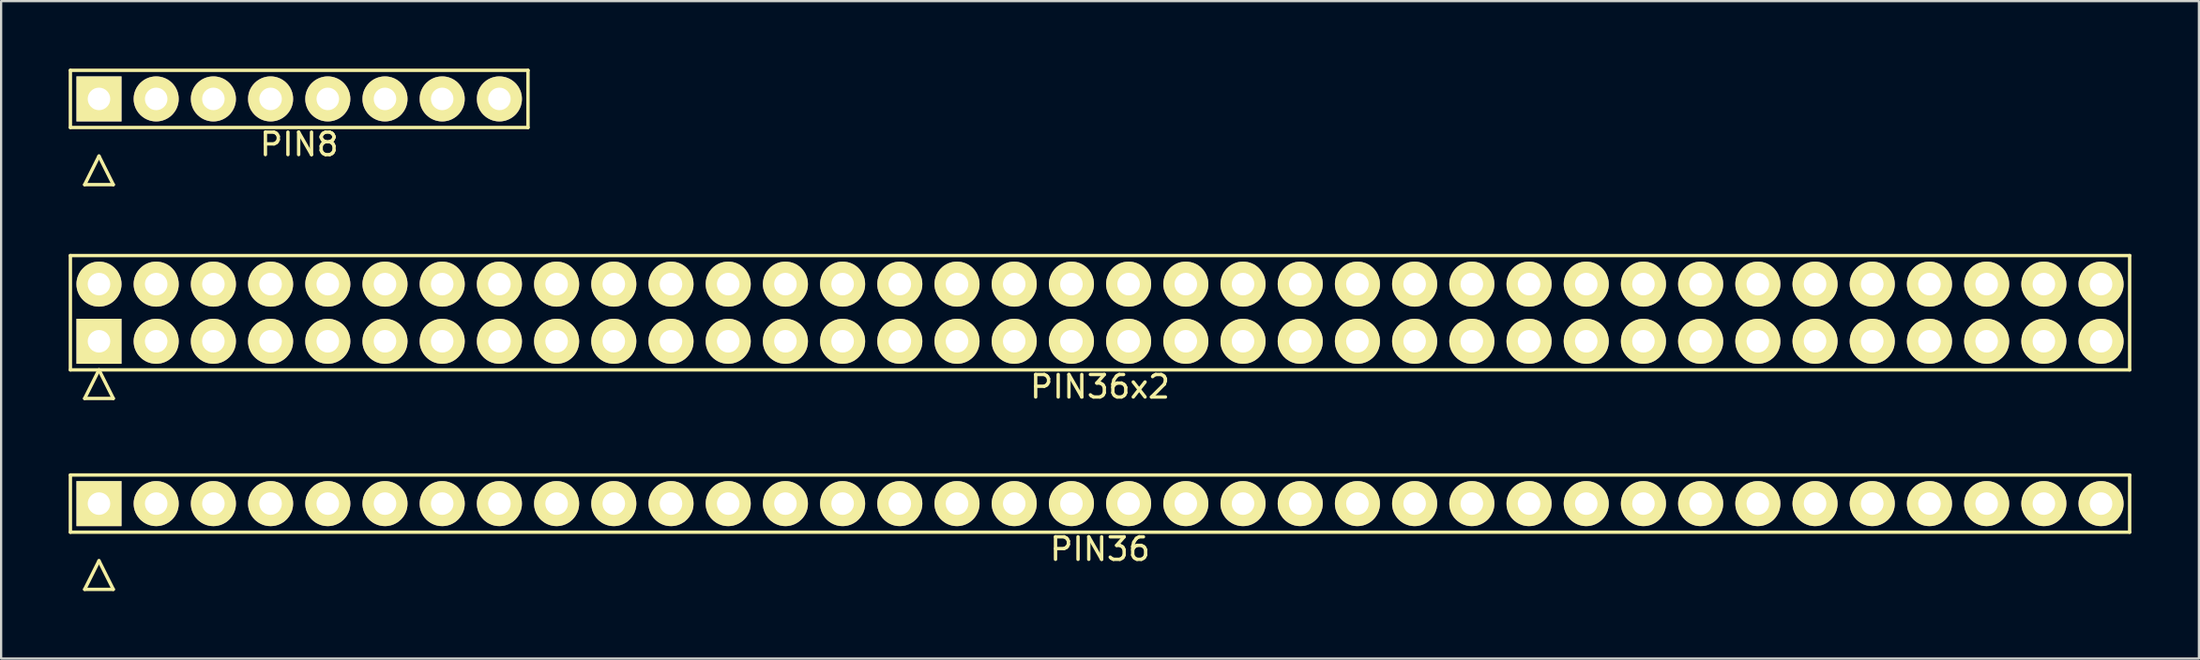
<source format=kicad_pcb>
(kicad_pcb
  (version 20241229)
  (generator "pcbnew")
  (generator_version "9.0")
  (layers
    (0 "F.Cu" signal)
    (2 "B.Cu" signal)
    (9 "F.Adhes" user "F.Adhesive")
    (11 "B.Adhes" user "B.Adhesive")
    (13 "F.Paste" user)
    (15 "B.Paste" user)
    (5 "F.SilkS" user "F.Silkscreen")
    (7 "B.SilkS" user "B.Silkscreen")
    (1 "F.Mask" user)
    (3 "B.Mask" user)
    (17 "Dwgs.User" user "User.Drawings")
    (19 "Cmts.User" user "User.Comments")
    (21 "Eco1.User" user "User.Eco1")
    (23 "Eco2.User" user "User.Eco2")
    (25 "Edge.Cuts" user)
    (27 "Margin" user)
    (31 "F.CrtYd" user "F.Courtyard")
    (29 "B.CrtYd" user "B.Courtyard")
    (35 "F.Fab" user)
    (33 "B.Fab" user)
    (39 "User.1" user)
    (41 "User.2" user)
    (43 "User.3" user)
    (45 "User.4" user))
  (footprint "PIN36x2"
    (layer "F.Cu")
    (at 45.795 10.845)
    (property "Reference" "PIN36x2" (at 0 3.29 0) (layer "F.SilkS") (effects (font (size 1 1) (thickness 0.15))))
    (attr through_hole)
    (fp_line (start -45.72 -2.54) (end -45.72 2.54) (stroke (width 0.15) (type solid)) (layer "F.SilkS"))
    (fp_line (start -45.72 2.54) (end 45.72 2.54) (stroke (width 0.15) (type solid)) (layer "F.SilkS"))
    (fp_line (start -45.085 3.81) (end -44.45 2.54) (stroke (width 0.15) (type solid)) (layer "F.SilkS"))
    (fp_line (start -45.085 3.81) (end -43.815 3.81) (stroke (width 0.15) (type solid)) (layer "F.SilkS"))
    (fp_line (start -43.815 3.81) (end -44.45 2.54) (stroke (width 0.15) (type solid)) (layer "F.SilkS"))
    (fp_line (start 45.72 -2.54) (end -45.72 -2.54) (stroke (width 0.15) (type solid)) (layer "F.SilkS"))
    (fp_line (start 45.72 2.54) (end 45.72 -2.54) (stroke (width 0.15) (type solid)) (layer "F.SilkS"))
    (pad "1" thru_hole rect (at -44.45 1.27) (size 2 2) (drill 1) (layers "*.Cu" "*.Mask" "F.SilkS"))
    (pad "2" thru_hole circle (at -44.45 -1.27) (size 2 2) (drill 1) (layers "*.Cu" "*.Mask" "F.SilkS"))
    (pad "3" thru_hole circle (at -41.91 1.27) (size 2 2) (drill 1) (layers "*.Cu" "*.Mask" "F.SilkS"))
    (pad "4" thru_hole circle (at -41.91 -1.27) (size 2 2) (drill 1) (layers "*.Cu" "*.Mask" "F.SilkS"))
    (pad "5" thru_hole circle (at -39.37 1.27) (size 2 2) (drill 1) (layers "*.Cu" "*.Mask" "F.SilkS"))
    (pad "6" thru_hole circle (at -39.37 -1.27) (size 2 2) (drill 1) (layers "*.Cu" "*.Mask" "F.SilkS"))
    (pad "7" thru_hole circle (at -36.83 1.27) (size 2 2) (drill 1) (layers "*.Cu" "*.Mask" "F.SilkS"))
    (pad "8" thru_hole circle (at -36.83 -1.27) (size 2 2) (drill 1) (layers "*.Cu" "*.Mask" "F.SilkS"))
    (pad "9" thru_hole circle (at -34.29 1.27) (size 2 2) (drill 1) (layers "*.Cu" "*.Mask" "F.SilkS"))
    (pad "10" thru_hole circle (at -34.29 -1.27) (size 2 2) (drill 1) (layers "*.Cu" "*.Mask" "F.SilkS"))
    (pad "11" thru_hole circle (at -31.75 1.27) (size 2 2) (drill 1) (layers "*.Cu" "*.Mask" "F.SilkS"))
    (pad "12" thru_hole circle (at -31.75 -1.27) (size 2 2) (drill 1) (layers "*.Cu" "*.Mask" "F.SilkS"))
    (pad "13" thru_hole circle (at -29.21 1.27) (size 2 2) (drill 1) (layers "*.Cu" "*.Mask" "F.SilkS"))
    (pad "14" thru_hole circle (at -29.21 -1.27) (size 2 2) (drill 1) (layers "*.Cu" "*.Mask" "F.SilkS"))
    (pad "15" thru_hole circle (at -26.67 1.27) (size 2 2) (drill 1) (layers "*.Cu" "*.Mask" "F.SilkS"))
    (pad "16" thru_hole circle (at -26.67 -1.27) (size 2 2) (drill 1) (layers "*.Cu" "*.Mask" "F.SilkS"))
    (pad "17" thru_hole circle (at -24.13 1.27) (size 2 2) (drill 1) (layers "*.Cu" "*.Mask" "F.SilkS"))
    (pad "18" thru_hole circle (at -24.13 -1.27) (size 2 2) (drill 1) (layers "*.Cu" "*.Mask" "F.SilkS"))
    (pad "19" thru_hole circle (at -21.59 1.27) (size 2 2) (drill 1) (layers "*.Cu" "*.Mask" "F.SilkS"))
    (pad "20" thru_hole circle (at -21.59 -1.27) (size 2 2) (drill 1) (layers "*.Cu" "*.Mask" "F.SilkS"))
    (pad "21" thru_hole circle (at -19.05 1.27) (size 2 2) (drill 1) (layers "*.Cu" "*.Mask" "F.SilkS"))
    (pad "22" thru_hole circle (at -19.05 -1.27) (size 2 2) (drill 1) (layers "*.Cu" "*.Mask" "F.SilkS"))
    (pad "23" thru_hole circle (at -16.51 1.27) (size 2 2) (drill 1) (layers "*.Cu" "*.Mask" "F.SilkS"))
    (pad "24" thru_hole circle (at -16.51 -1.27) (size 2 2) (drill 1) (layers "*.Cu" "*.Mask" "F.SilkS"))
    (pad "25" thru_hole circle (at -13.97 1.27) (size 2 2) (drill 1) (layers "*.Cu" "*.Mask" "F.SilkS"))
    (pad "26" thru_hole circle (at -13.97 -1.27) (size 2 2) (drill 1) (layers "*.Cu" "*.Mask" "F.SilkS"))
    (pad "27" thru_hole circle (at -11.43 1.27) (size 2 2) (drill 1) (layers "*.Cu" "*.Mask" "F.SilkS"))
    (pad "28" thru_hole circle (at -11.43 -1.27) (size 2 2) (drill 1) (layers "*.Cu" "*.Mask" "F.SilkS"))
    (pad "29" thru_hole circle (at -8.89 1.27) (size 2 2) (drill 1) (layers "*.Cu" "*.Mask" "F.SilkS"))
    (pad "30" thru_hole circle (at -8.89 -1.27) (size 2 2) (drill 1) (layers "*.Cu" "*.Mask" "F.SilkS"))
    (pad "31" thru_hole circle (at -6.35 1.27) (size 2 2) (drill 1) (layers "*.Cu" "*.Mask" "F.SilkS"))
    (pad "32" thru_hole circle (at -6.35 -1.27) (size 2 2) (drill 1) (layers "*.Cu" "*.Mask" "F.SilkS"))
    (pad "33" thru_hole circle (at -3.81 1.27) (size 2 2) (drill 1) (layers "*.Cu" "*.Mask" "F.SilkS"))
    (pad "34" thru_hole circle (at -3.81 -1.27) (size 2 2) (drill 1) (layers "*.Cu" "*.Mask" "F.SilkS"))
    (pad "35" thru_hole circle (at -1.27 1.27) (size 2 2) (drill 1) (layers "*.Cu" "*.Mask" "F.SilkS"))
    (pad "36" thru_hole circle (at -1.27 -1.27) (size 2 2) (drill 1) (layers "*.Cu" "*.Mask" "F.SilkS"))
    (pad "37" thru_hole circle (at 1.27 1.27) (size 2 2) (drill 1) (layers "*.Cu" "*.Mask" "F.SilkS"))
    (pad "38" thru_hole circle (at 1.27 -1.27) (size 2 2) (drill 1) (layers "*.Cu" "*.Mask" "F.SilkS"))
    (pad "39" thru_hole circle (at 3.81 1.27) (size 2 2) (drill 1) (layers "*.Cu" "*.Mask" "F.SilkS"))
    (pad "40" thru_hole circle (at 3.81 -1.27) (size 2 2) (drill 1) (layers "*.Cu" "*.Mask" "F.SilkS"))
    (pad "41" thru_hole circle (at 6.35 1.27) (size 2 2) (drill 1) (layers "*.Cu" "*.Mask" "F.SilkS"))
    (pad "42" thru_hole circle (at 6.35 -1.27) (size 2 2) (drill 1) (layers "*.Cu" "*.Mask" "F.SilkS"))
    (pad "43" thru_hole circle (at 8.89 1.27) (size 2 2) (drill 1) (layers "*.Cu" "*.Mask" "F.SilkS"))
    (pad "44" thru_hole circle (at 8.89 -1.27) (size 2 2) (drill 1) (layers "*.Cu" "*.Mask" "F.SilkS"))
    (pad "45" thru_hole circle (at 11.43 1.27) (size 2 2) (drill 1) (layers "*.Cu" "*.Mask" "F.SilkS"))
    (pad "46" thru_hole circle (at 11.43 -1.27) (size 2 2) (drill 1) (layers "*.Cu" "*.Mask" "F.SilkS"))
    (pad "47" thru_hole circle (at 13.97 1.27) (size 2 2) (drill 1) (layers "*.Cu" "*.Mask" "F.SilkS"))
    (pad "48" thru_hole circle (at 13.97 -1.27) (size 2 2) (drill 1) (layers "*.Cu" "*.Mask" "F.SilkS"))
    (pad "49" thru_hole circle (at 16.51 1.27) (size 2 2) (drill 1) (layers "*.Cu" "*.Mask" "F.SilkS"))
    (pad "50" thru_hole circle (at 16.51 -1.27) (size 2 2) (drill 1) (layers "*.Cu" "*.Mask" "F.SilkS"))
    (pad "51" thru_hole circle (at 19.05 1.27) (size 2 2) (drill 1) (layers "*.Cu" "*.Mask" "F.SilkS"))
    (pad "52" thru_hole circle (at 19.05 -1.27) (size 2 2) (drill 1) (layers "*.Cu" "*.Mask" "F.SilkS"))
    (pad "53" thru_hole circle (at 21.59 1.27) (size 2 2) (drill 1) (layers "*.Cu" "*.Mask" "F.SilkS"))
    (pad "54" thru_hole circle (at 21.59 -1.27) (size 2 2) (drill 1) (layers "*.Cu" "*.Mask" "F.SilkS"))
    (pad "55" thru_hole circle (at 24.13 1.27) (size 2 2) (drill 1) (layers "*.Cu" "*.Mask" "F.SilkS"))
    (pad "56" thru_hole circle (at 24.13 -1.27) (size 2 2) (drill 1) (layers "*.Cu" "*.Mask" "F.SilkS"))
    (pad "57" thru_hole circle (at 26.67 1.27) (size 2 2) (drill 1) (layers "*.Cu" "*.Mask" "F.SilkS"))
    (pad "58" thru_hole circle (at 26.67 -1.27) (size 2 2) (drill 1) (layers "*.Cu" "*.Mask" "F.SilkS"))
    (pad "59" thru_hole circle (at 29.21 1.27) (size 2 2) (drill 1) (layers "*.Cu" "*.Mask" "F.SilkS"))
    (pad "60" thru_hole circle (at 29.21 -1.27) (size 2 2) (drill 1) (layers "*.Cu" "*.Mask" "F.SilkS"))
    (pad "61" thru_hole circle (at 31.75 1.27) (size 2 2) (drill 1) (layers "*.Cu" "*.Mask" "F.SilkS"))
    (pad "62" thru_hole circle (at 31.75 -1.27) (size 2 2) (drill 1) (layers "*.Cu" "*.Mask" "F.SilkS"))
    (pad "63" thru_hole circle (at 34.29 1.27) (size 2 2) (drill 1) (layers "*.Cu" "*.Mask" "F.SilkS"))
    (pad "64" thru_hole circle (at 34.29 -1.27) (size 2 2) (drill 1) (layers "*.Cu" "*.Mask" "F.SilkS"))
    (pad "65" thru_hole circle (at 36.83 1.27) (size 2 2) (drill 1) (layers "*.Cu" "*.Mask" "F.SilkS"))
    (pad "66" thru_hole circle (at 36.83 -1.27) (size 2 2) (drill 1) (layers "*.Cu" "*.Mask" "F.SilkS"))
    (pad "67" thru_hole circle (at 39.37 1.27) (size 2 2) (drill 1) (layers "*.Cu" "*.Mask" "F.SilkS"))
    (pad "68" thru_hole circle (at 39.37 -1.27) (size 2 2) (drill 1) (layers "*.Cu" "*.Mask" "F.SilkS"))
    (pad "69" thru_hole circle (at 41.91 1.27) (size 2 2) (drill 1) (layers "*.Cu" "*.Mask" "F.SilkS"))
    (pad "70" thru_hole circle (at 41.91 -1.27) (size 2 2) (drill 1) (layers "*.Cu" "*.Mask" "F.SilkS"))
    (pad "71" thru_hole circle (at 44.45 1.27) (size 2 2) (drill 1) (layers "*.Cu" "*.Mask" "F.SilkS"))
    (pad "72" thru_hole circle (at 44.45 -1.27) (size 2 2) (drill 1) (layers "*.Cu" "*.Mask" "F.SilkS")))
  (footprint "PIN8"
    (layer "F.Cu")
    (at 10.235 1.345)
    (property "Reference" "PIN8" (at 0 2.02 0) (layer "F.SilkS") (effects (font (size 1 1) (thickness 0.15))))
    (attr through_hole)
    (fp_line (start -10.16 -1.27) (end -10.16 1.27) (stroke (width 0.15) (type solid)) (layer "F.SilkS"))
    (fp_line (start -10.16 1.27) (end 10.16 1.27) (stroke (width 0.15) (type solid)) (layer "F.SilkS"))
    (fp_line (start -9.525 3.81) (end -8.89 2.54) (stroke (width 0.15) (type solid)) (layer "F.SilkS"))
    (fp_line (start -9.525 3.81) (end -8.255 3.81) (stroke (width 0.15) (type solid)) (layer "F.SilkS"))
    (fp_line (start -8.255 3.81) (end -8.89 2.54) (stroke (width 0.15) (type solid)) (layer "F.SilkS"))
    (fp_line (start 10.16 -1.27) (end -10.16 -1.27) (stroke (width 0.15) (type solid)) (layer "F.SilkS"))
    (fp_line (start 10.16 1.27) (end 10.16 -1.27) (stroke (width 0.15) (type solid)) (layer "F.SilkS"))
    (pad "1" thru_hole rect (at -8.89 0) (size 2 2) (drill 1) (layers "*.Cu" "*.Mask" "F.SilkS"))
    (pad "2" thru_hole circle (at -6.35 0) (size 2 2) (drill 1) (layers "*.Cu" "*.Mask" "F.SilkS"))
    (pad "3" thru_hole circle (at -3.81 0) (size 2 2) (drill 1) (layers "*.Cu" "*.Mask" "F.SilkS"))
    (pad "4" thru_hole circle (at -1.27 0) (size 2 2) (drill 1) (layers "*.Cu" "*.Mask" "F.SilkS"))
    (pad "5" thru_hole circle (at 1.27 0) (size 2 2) (drill 1) (layers "*.Cu" "*.Mask" "F.SilkS"))
    (pad "6" thru_hole circle (at 3.81 0) (size 2 2) (drill 1) (layers "*.Cu" "*.Mask" "F.SilkS"))
    (pad "7" thru_hole circle (at 6.35 0) (size 2 2) (drill 1) (layers "*.Cu" "*.Mask" "F.SilkS"))
    (pad "8" thru_hole circle (at 8.89 0) (size 2 2) (drill 1) (layers "*.Cu" "*.Mask" "F.SilkS")))
  (footprint "PIN36"
    (layer "F.Cu")
    (at 45.795 19.328)
    (property "Reference" "PIN36" (at 0 2.02 0) (layer "F.SilkS") (effects (font (size 1 1) (thickness 0.15))))
    (attr through_hole)
    (fp_line (start -45.72 -1.27) (end -45.72 1.27) (stroke (width 0.15) (type solid)) (layer "F.SilkS"))
    (fp_line (start -45.72 1.27) (end 45.72 1.27) (stroke (width 0.15) (type solid)) (layer "F.SilkS"))
    (fp_line (start -45.085 3.81) (end -44.45 2.54) (stroke (width 0.15) (type solid)) (layer "F.SilkS"))
    (fp_line (start -45.085 3.81) (end -43.815 3.81) (stroke (width 0.15) (type solid)) (layer "F.SilkS"))
    (fp_line (start -43.815 3.81) (end -44.45 2.54) (stroke (width 0.15) (type solid)) (layer "F.SilkS"))
    (fp_line (start 45.72 -1.27) (end -45.72 -1.27) (stroke (width 0.15) (type solid)) (layer "F.SilkS"))
    (fp_line (start 45.72 1.27) (end 45.72 -1.27) (stroke (width 0.15) (type solid)) (layer "F.SilkS"))
    (pad "1" thru_hole rect (at -44.45 0) (size 2 2) (drill 1) (layers "*.Cu" "*.Mask" "F.SilkS"))
    (pad "2" thru_hole circle (at -41.91 0) (size 2 2) (drill 1) (layers "*.Cu" "*.Mask" "F.SilkS"))
    (pad "3" thru_hole circle (at -39.37 0) (size 2 2) (drill 1) (layers "*.Cu" "*.Mask" "F.SilkS"))
    (pad "4" thru_hole circle (at -36.83 0) (size 2 2) (drill 1) (layers "*.Cu" "*.Mask" "F.SilkS"))
    (pad "5" thru_hole circle (at -34.29 0) (size 2 2) (drill 1) (layers "*.Cu" "*.Mask" "F.SilkS"))
    (pad "6" thru_hole circle (at -31.75 0) (size 2 2) (drill 1) (layers "*.Cu" "*.Mask" "F.SilkS"))
    (pad "7" thru_hole circle (at -29.21 0) (size 2 2) (drill 1) (layers "*.Cu" "*.Mask" "F.SilkS"))
    (pad "8" thru_hole circle (at -26.67 0) (size 2 2) (drill 1) (layers "*.Cu" "*.Mask" "F.SilkS"))
    (pad "9" thru_hole circle (at -24.13 0) (size 2 2) (drill 1) (layers "*.Cu" "*.Mask" "F.SilkS"))
    (pad "10" thru_hole circle (at -21.59 0) (size 2 2) (drill 1) (layers "*.Cu" "*.Mask" "F.SilkS"))
    (pad "11" thru_hole circle (at -19.05 0) (size 2 2) (drill 1) (layers "*.Cu" "*.Mask" "F.SilkS"))
    (pad "12" thru_hole circle (at -16.51 0) (size 2 2) (drill 1) (layers "*.Cu" "*.Mask" "F.SilkS"))
    (pad "13" thru_hole circle (at -13.97 0) (size 2 2) (drill 1) (layers "*.Cu" "*.Mask" "F.SilkS"))
    (pad "14" thru_hole circle (at -11.43 0) (size 2 2) (drill 1) (layers "*.Cu" "*.Mask" "F.SilkS"))
    (pad "15" thru_hole circle (at -8.89 0) (size 2 2) (drill 1) (layers "*.Cu" "*.Mask" "F.SilkS"))
    (pad "16" thru_hole circle (at -6.35 0) (size 2 2) (drill 1) (layers "*.Cu" "*.Mask" "F.SilkS"))
    (pad "17" thru_hole circle (at -3.81 0) (size 2 2) (drill 1) (layers "*.Cu" "*.Mask" "F.SilkS"))
    (pad "18" thru_hole circle (at -1.27 0) (size 2 2) (drill 1) (layers "*.Cu" "*.Mask" "F.SilkS"))
    (pad "19" thru_hole circle (at 1.27 0) (size 2 2) (drill 1) (layers "*.Cu" "*.Mask" "F.SilkS"))
    (pad "20" thru_hole circle (at 3.81 0) (size 2 2) (drill 1) (layers "*.Cu" "*.Mask" "F.SilkS"))
    (pad "21" thru_hole circle (at 6.35 0) (size 2 2) (drill 1) (layers "*.Cu" "*.Mask" "F.SilkS"))
    (pad "22" thru_hole circle (at 8.89 0) (size 2 2) (drill 1) (layers "*.Cu" "*.Mask" "F.SilkS"))
    (pad "23" thru_hole circle (at 11.43 0) (size 2 2) (drill 1) (layers "*.Cu" "*.Mask" "F.SilkS"))
    (pad "24" thru_hole circle (at 13.97 0) (size 2 2) (drill 1) (layers "*.Cu" "*.Mask" "F.SilkS"))
    (pad "25" thru_hole circle (at 16.51 0) (size 2 2) (drill 1) (layers "*.Cu" "*.Mask" "F.SilkS"))
    (pad "26" thru_hole circle (at 19.05 0) (size 2 2) (drill 1) (layers "*.Cu" "*.Mask" "F.SilkS"))
    (pad "27" thru_hole circle (at 21.59 0) (size 2 2) (drill 1) (layers "*.Cu" "*.Mask" "F.SilkS"))
    (pad "28" thru_hole circle (at 24.13 0) (size 2 2) (drill 1) (layers "*.Cu" "*.Mask" "F.SilkS"))
    (pad "29" thru_hole circle (at 26.67 0) (size 2 2) (drill 1) (layers "*.Cu" "*.Mask" "F.SilkS"))
    (pad "30" thru_hole circle (at 29.21 0) (size 2 2) (drill 1) (layers "*.Cu" "*.Mask" "F.SilkS"))
    (pad "31" thru_hole circle (at 31.75 0) (size 2 2) (drill 1) (layers "*.Cu" "*.Mask" "F.SilkS"))
    (pad "32" thru_hole circle (at 34.29 0) (size 2 2) (drill 1) (layers "*.Cu" "*.Mask" "F.SilkS"))
    (pad "33" thru_hole circle (at 36.83 0) (size 2 2) (drill 1) (layers "*.Cu" "*.Mask" "F.SilkS"))
    (pad "34" thru_hole circle (at 39.37 0) (size 2 2) (drill 1) (layers "*.Cu" "*.Mask" "F.SilkS"))
    (pad "35" thru_hole circle (at 41.91 0) (size 2 2) (drill 1) (layers "*.Cu" "*.Mask" "F.SilkS"))
    (pad "36" thru_hole circle (at 44.45 0) (size 2 2) (drill 1) (layers "*.Cu" "*.Mask" "F.SilkS")))
  (gr_rect
    (start -3 -3)
    (end 94.59 26.213)
    (stroke (width 0.1) (type default))
    (fill no)
    (layer "Edge.Cuts")))
</source>
